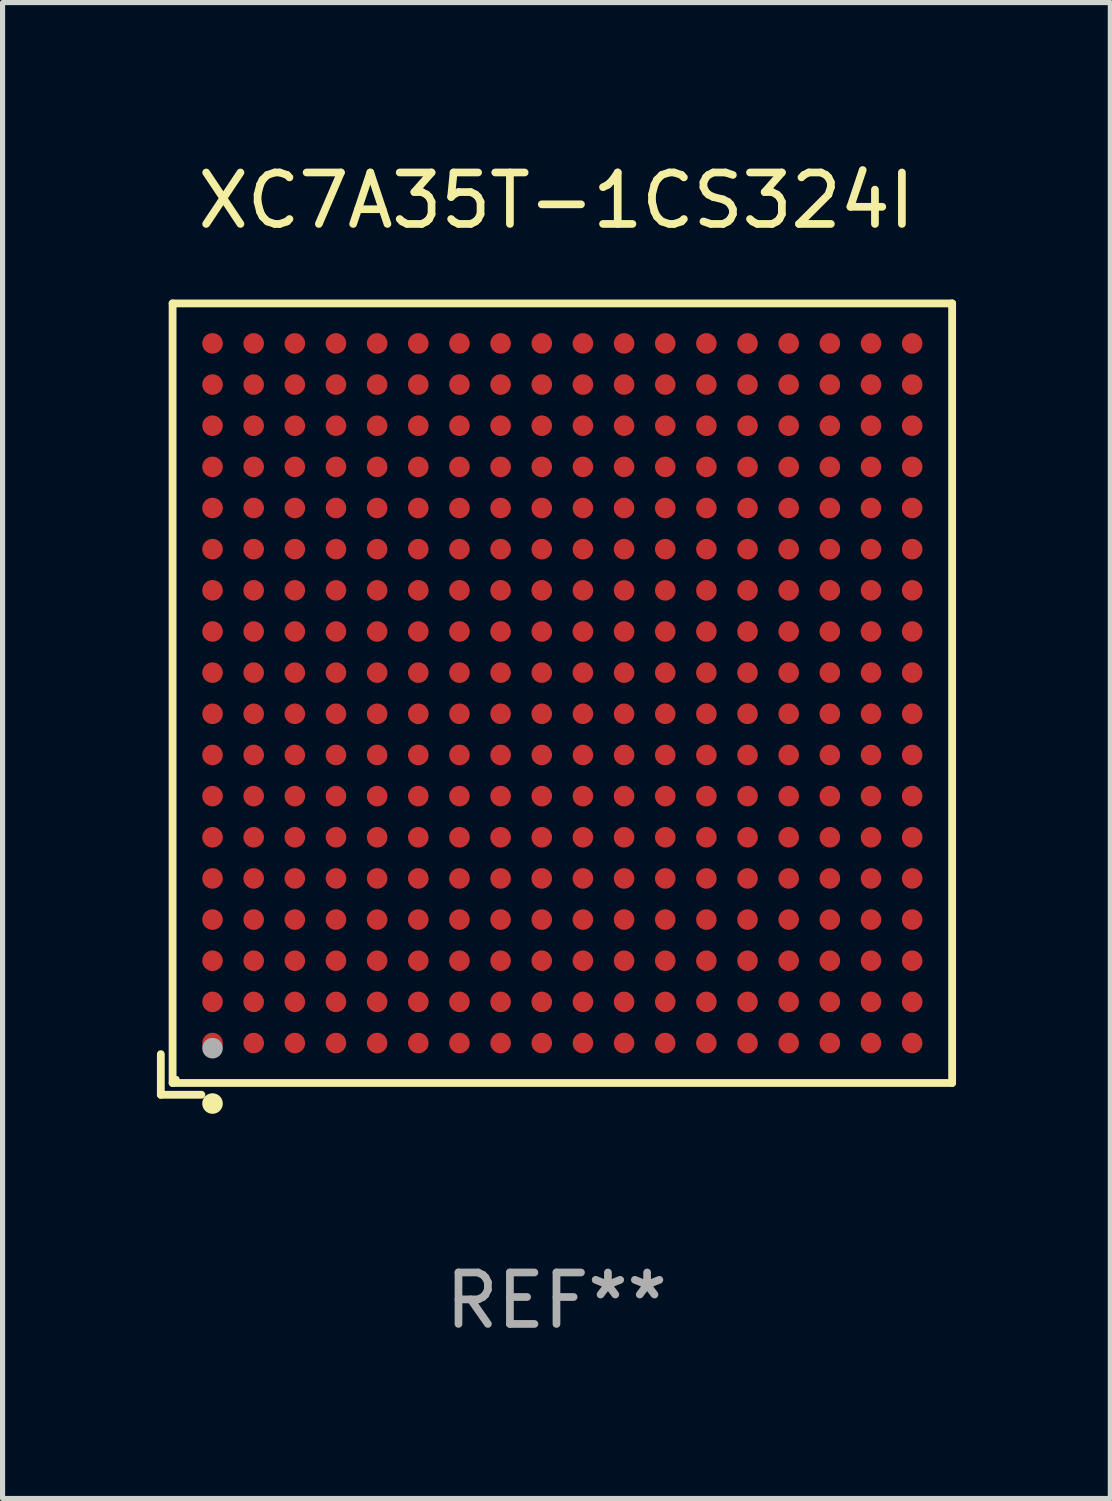
<source format=kicad_pcb>
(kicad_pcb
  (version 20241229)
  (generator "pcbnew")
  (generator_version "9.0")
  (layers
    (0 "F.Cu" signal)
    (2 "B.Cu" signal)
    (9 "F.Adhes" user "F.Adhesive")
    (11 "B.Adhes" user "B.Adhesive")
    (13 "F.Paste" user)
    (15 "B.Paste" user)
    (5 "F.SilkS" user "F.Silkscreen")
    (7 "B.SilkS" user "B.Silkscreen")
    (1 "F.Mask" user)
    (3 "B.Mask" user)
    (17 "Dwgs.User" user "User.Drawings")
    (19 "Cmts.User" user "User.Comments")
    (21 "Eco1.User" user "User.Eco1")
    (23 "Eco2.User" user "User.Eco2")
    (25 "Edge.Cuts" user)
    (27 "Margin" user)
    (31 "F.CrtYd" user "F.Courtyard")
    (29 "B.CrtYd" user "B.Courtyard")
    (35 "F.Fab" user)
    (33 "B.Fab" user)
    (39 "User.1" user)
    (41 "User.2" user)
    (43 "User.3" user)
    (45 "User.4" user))
  (footprint "XC7A35T-1CS324I"
    (layer "F.Cu")
    (at 7.767 10.539)
    (property "Reference" "XC7A35T-1CS324I" (at 0 -9.691 0) (layer "F.SilkS") (effects (font (size 1 1) (thickness 0.15))))
    (attr through_hole)
    (fp_line (start -7.691 6.902) (end -7.691 7.691) (stroke (width 0.152) (type solid)) (layer "F.SilkS"))
    (fp_line (start -7.691 7.691) (end -6.902 7.691) (stroke (width 0.152) (type solid)) (layer "F.SilkS"))
    (fp_line (start -7.462 -7.691) (end 7.691 -7.691) (stroke (width 0.152) (type solid)) (layer "F.SilkS"))
    (fp_line (start -7.462 7.462) (end -7.462 -7.691) (stroke (width 0.152) (type solid)) (layer "F.SilkS"))
    (fp_line (start 7.691 -7.691) (end 7.691 7.462) (stroke (width 0.152) (type solid)) (layer "F.SilkS"))
    (fp_line (start 7.691 7.462) (end -7.462 7.462) (stroke (width 0.152) (type solid)) (layer "F.SilkS"))
    (fp_circle (center -7.386 7.386) (end -7.356 7.386) (stroke (width 0.06) (type solid)) (fill no) (layer "F.SilkS"))
    (fp_circle (center -6.686 7.862) (end -6.586 7.862) (stroke (width 0.2) (type solid)) (fill no) (layer "F.SilkS"))
    (fp_circle (center -6.686 6.786) (end -6.586 6.786) (stroke (width 0.2) (type solid)) (fill no) (layer "F.Fab"))
    (fp_text user "REF**" (at 0 11.691 0) (layer "F.Fab") (effects (font (size 1 1) (thickness 0.15))))
    (pad "A1" smd circle (at -6.686 6.686) (size 0.4 0.4) (layers "F.Cu" "F.Mask" "F.Paste"))
    (pad "A2" smd circle (at -6.686 5.886) (size 0.4 0.4) (layers "F.Cu" "F.Mask" "F.Paste"))
    (pad "A3" smd circle (at -6.686 5.086) (size 0.4 0.4) (layers "F.Cu" "F.Mask" "F.Paste"))
    (pad "A4" smd circle (at -6.686 4.286) (size 0.4 0.4) (layers "F.Cu" "F.Mask" "F.Paste"))
    (pad "A5" smd circle (at -6.686 3.486) (size 0.4 0.4) (layers "F.Cu" "F.Mask" "F.Paste"))
    (pad "A6" smd circle (at -6.686 2.686) (size 0.4 0.4) (layers "F.Cu" "F.Mask" "F.Paste"))
    (pad "A7" smd circle (at -6.686 1.886) (size 0.4 0.4) (layers "F.Cu" "F.Mask" "F.Paste"))
    (pad "A8" smd circle (at -6.686 1.086) (size 0.4 0.4) (layers "F.Cu" "F.Mask" "F.Paste"))
    (pad "A9" smd circle (at -6.686 0.286) (size 0.4 0.4) (layers "F.Cu" "F.Mask" "F.Paste"))
    (pad "A10" smd circle (at -6.686 -0.514) (size 0.4 0.4) (layers "F.Cu" "F.Mask" "F.Paste"))
    (pad "A11" smd circle (at -6.686 -1.314) (size 0.4 0.4) (layers "F.Cu" "F.Mask" "F.Paste"))
    (pad "A12" smd circle (at -6.686 -2.114) (size 0.4 0.4) (layers "F.Cu" "F.Mask" "F.Paste"))
    (pad "A13" smd circle (at -6.686 -2.914) (size 0.4 0.4) (layers "F.Cu" "F.Mask" "F.Paste"))
    (pad "A14" smd circle (at -6.686 -3.714) (size 0.4 0.4) (layers "F.Cu" "F.Mask" "F.Paste"))
    (pad "A15" smd circle (at -6.686 -4.514) (size 0.4 0.4) (layers "F.Cu" "F.Mask" "F.Paste"))
    (pad "A16" smd circle (at -6.686 -5.314) (size 0.4 0.4) (layers "F.Cu" "F.Mask" "F.Paste"))
    (pad "A17" smd circle (at -6.686 -6.114) (size 0.4 0.4) (layers "F.Cu" "F.Mask" "F.Paste"))
    (pad "A18" smd circle (at -6.686 -6.914) (size 0.4 0.4) (layers "F.Cu" "F.Mask" "F.Paste"))
    (pad "B1" smd circle (at -5.886 6.686) (size 0.4 0.4) (layers "F.Cu" "F.Mask" "F.Paste"))
    (pad "B2" smd circle (at -5.886 5.886) (size 0.4 0.4) (layers "F.Cu" "F.Mask" "F.Paste"))
    (pad "B3" smd circle (at -5.886 5.086) (size 0.4 0.4) (layers "F.Cu" "F.Mask" "F.Paste"))
    (pad "B4" smd circle (at -5.886 4.286) (size 0.4 0.4) (layers "F.Cu" "F.Mask" "F.Paste"))
    (pad "B5" smd circle (at -5.886 3.486) (size 0.4 0.4) (layers "F.Cu" "F.Mask" "F.Paste"))
    (pad "B6" smd circle (at -5.886 2.686) (size 0.4 0.4) (layers "F.Cu" "F.Mask" "F.Paste"))
    (pad "B7" smd circle (at -5.886 1.886) (size 0.4 0.4) (layers "F.Cu" "F.Mask" "F.Paste"))
    (pad "B8" smd circle (at -5.886 1.086) (size 0.4 0.4) (layers "F.Cu" "F.Mask" "F.Paste"))
    (pad "B9" smd circle (at -5.886 0.286) (size 0.4 0.4) (layers "F.Cu" "F.Mask" "F.Paste"))
    (pad "B10" smd circle (at -5.886 -0.514) (size 0.4 0.4) (layers "F.Cu" "F.Mask" "F.Paste"))
    (pad "B11" smd circle (at -5.886 -1.314) (size 0.4 0.4) (layers "F.Cu" "F.Mask" "F.Paste"))
    (pad "B12" smd circle (at -5.886 -2.114) (size 0.4 0.4) (layers "F.Cu" "F.Mask" "F.Paste"))
    (pad "B13" smd circle (at -5.886 -2.914) (size 0.4 0.4) (layers "F.Cu" "F.Mask" "F.Paste"))
    (pad "B14" smd circle (at -5.886 -3.714) (size 0.4 0.4) (layers "F.Cu" "F.Mask" "F.Paste"))
    (pad "B15" smd circle (at -5.886 -4.514) (size 0.4 0.4) (layers "F.Cu" "F.Mask" "F.Paste"))
    (pad "B16" smd circle (at -5.886 -5.314) (size 0.4 0.4) (layers "F.Cu" "F.Mask" "F.Paste"))
    (pad "B17" smd circle (at -5.886 -6.114) (size 0.4 0.4) (layers "F.Cu" "F.Mask" "F.Paste"))
    (pad "B18" smd circle (at -5.886 -6.914) (size 0.4 0.4) (layers "F.Cu" "F.Mask" "F.Paste"))
    (pad "C1" smd circle (at -5.086 6.686) (size 0.4 0.4) (layers "F.Cu" "F.Mask" "F.Paste"))
    (pad "C2" smd circle (at -5.086 5.886) (size 0.4 0.4) (layers "F.Cu" "F.Mask" "F.Paste"))
    (pad "C3" smd circle (at -5.086 5.086) (size 0.4 0.4) (layers "F.Cu" "F.Mask" "F.Paste"))
    (pad "C4" smd circle (at -5.086 4.286) (size 0.4 0.4) (layers "F.Cu" "F.Mask" "F.Paste"))
    (pad "C5" smd circle (at -5.086 3.486) (size 0.4 0.4) (layers "F.Cu" "F.Mask" "F.Paste"))
    (pad "C6" smd circle (at -5.086 2.686) (size 0.4 0.4) (layers "F.Cu" "F.Mask" "F.Paste"))
    (pad "C7" smd circle (at -5.086 1.886) (size 0.4 0.4) (layers "F.Cu" "F.Mask" "F.Paste"))
    (pad "C8" smd circle (at -5.086 1.086) (size 0.4 0.4) (layers "F.Cu" "F.Mask" "F.Paste"))
    (pad "C9" smd circle (at -5.086 0.286) (size 0.4 0.4) (layers "F.Cu" "F.Mask" "F.Paste"))
    (pad "C10" smd circle (at -5.086 -0.514) (size 0.4 0.4) (layers "F.Cu" "F.Mask" "F.Paste"))
    (pad "C11" smd circle (at -5.086 -1.314) (size 0.4 0.4) (layers "F.Cu" "F.Mask" "F.Paste"))
    (pad "C12" smd circle (at -5.086 -2.114) (size 0.4 0.4) (layers "F.Cu" "F.Mask" "F.Paste"))
    (pad "C13" smd circle (at -5.086 -2.914) (size 0.4 0.4) (layers "F.Cu" "F.Mask" "F.Paste"))
    (pad "C14" smd circle (at -5.086 -3.714) (size 0.4 0.4) (layers "F.Cu" "F.Mask" "F.Paste"))
    (pad "C15" smd circle (at -5.086 -4.514) (size 0.4 0.4) (layers "F.Cu" "F.Mask" "F.Paste"))
    (pad "C16" smd circle (at -5.086 -5.314) (size 0.4 0.4) (layers "F.Cu" "F.Mask" "F.Paste"))
    (pad "C17" smd circle (at -5.086 -6.114) (size 0.4 0.4) (layers "F.Cu" "F.Mask" "F.Paste"))
    (pad "C18" smd circle (at -5.086 -6.914) (size 0.4 0.4) (layers "F.Cu" "F.Mask" "F.Paste"))
    (pad "D1" smd circle (at -4.286 6.686) (size 0.4 0.4) (layers "F.Cu" "F.Mask" "F.Paste"))
    (pad "D2" smd circle (at -4.286 5.886) (size 0.4 0.4) (layers "F.Cu" "F.Mask" "F.Paste"))
    (pad "D3" smd circle (at -4.286 5.086) (size 0.4 0.4) (layers "F.Cu" "F.Mask" "F.Paste"))
    (pad "D4" smd circle (at -4.286 4.286) (size 0.4 0.4) (layers "F.Cu" "F.Mask" "F.Paste"))
    (pad "D5" smd circle (at -4.286 3.486) (size 0.4 0.4) (layers "F.Cu" "F.Mask" "F.Paste"))
    (pad "D6" smd circle (at -4.286 2.686) (size 0.4 0.4) (layers "F.Cu" "F.Mask" "F.Paste"))
    (pad "D7" smd circle (at -4.286 1.886) (size 0.4 0.4) (layers "F.Cu" "F.Mask" "F.Paste"))
    (pad "D8" smd circle (at -4.286 1.086) (size 0.4 0.4) (layers "F.Cu" "F.Mask" "F.Paste"))
    (pad "D9" smd circle (at -4.286 0.286) (size 0.4 0.4) (layers "F.Cu" "F.Mask" "F.Paste"))
    (pad "D10" smd circle (at -4.286 -0.514) (size 0.4 0.4) (layers "F.Cu" "F.Mask" "F.Paste"))
    (pad "D11" smd circle (at -4.286 -1.314) (size 0.4 0.4) (layers "F.Cu" "F.Mask" "F.Paste"))
    (pad "D12" smd circle (at -4.286 -2.114) (size 0.4 0.4) (layers "F.Cu" "F.Mask" "F.Paste"))
    (pad "D13" smd circle (at -4.286 -2.914) (size 0.4 0.4) (layers "F.Cu" "F.Mask" "F.Paste"))
    (pad "D14" smd circle (at -4.286 -3.714) (size 0.4 0.4) (layers "F.Cu" "F.Mask" "F.Paste"))
    (pad "D15" smd circle (at -4.286 -4.514) (size 0.4 0.4) (layers "F.Cu" "F.Mask" "F.Paste"))
    (pad "D16" smd circle (at -4.286 -5.314) (size 0.4 0.4) (layers "F.Cu" "F.Mask" "F.Paste"))
    (pad "D17" smd circle (at -4.286 -6.114) (size 0.4 0.4) (layers "F.Cu" "F.Mask" "F.Paste"))
    (pad "D18" smd circle (at -4.286 -6.914) (size 0.4 0.4) (layers "F.Cu" "F.Mask" "F.Paste"))
    (pad "E1" smd circle (at -3.486 6.686) (size 0.4 0.4) (layers "F.Cu" "F.Mask" "F.Paste"))
    (pad "E2" smd circle (at -3.486 5.886) (size 0.4 0.4) (layers "F.Cu" "F.Mask" "F.Paste"))
    (pad "E3" smd circle (at -3.486 5.086) (size 0.4 0.4) (layers "F.Cu" "F.Mask" "F.Paste"))
    (pad "E4" smd circle (at -3.486 4.286) (size 0.4 0.4) (layers "F.Cu" "F.Mask" "F.Paste"))
    (pad "E5" smd circle (at -3.486 3.486) (size 0.4 0.4) (layers "F.Cu" "F.Mask" "F.Paste"))
    (pad "E6" smd circle (at -3.486 2.686) (size 0.4 0.4) (layers "F.Cu" "F.Mask" "F.Paste"))
    (pad "E7" smd circle (at -3.486 1.886) (size 0.4 0.4) (layers "F.Cu" "F.Mask" "F.Paste"))
    (pad "E8" smd circle (at -3.486 1.086) (size 0.4 0.4) (layers "F.Cu" "F.Mask" "F.Paste"))
    (pad "E9" smd circle (at -3.486 0.286) (size 0.4 0.4) (layers "F.Cu" "F.Mask" "F.Paste"))
    (pad "E10" smd circle (at -3.486 -0.514) (size 0.4 0.4) (layers "F.Cu" "F.Mask" "F.Paste"))
    (pad "E11" smd circle (at -3.486 -1.314) (size 0.4 0.4) (layers "F.Cu" "F.Mask" "F.Paste"))
    (pad "E12" smd circle (at -3.486 -2.114) (size 0.4 0.4) (layers "F.Cu" "F.Mask" "F.Paste"))
    (pad "E13" smd circle (at -3.486 -2.914) (size 0.4 0.4) (layers "F.Cu" "F.Mask" "F.Paste"))
    (pad "E14" smd circle (at -3.486 -3.714) (size 0.4 0.4) (layers "F.Cu" "F.Mask" "F.Paste"))
    (pad "E15" smd circle (at -3.486 -4.514) (size 0.4 0.4) (layers "F.Cu" "F.Mask" "F.Paste"))
    (pad "E16" smd circle (at -3.486 -5.314) (size 0.4 0.4) (layers "F.Cu" "F.Mask" "F.Paste"))
    (pad "E17" smd circle (at -3.486 -6.114) (size 0.4 0.4) (layers "F.Cu" "F.Mask" "F.Paste"))
    (pad "E18" smd circle (at -3.486 -6.914) (size 0.4 0.4) (layers "F.Cu" "F.Mask" "F.Paste"))
    (pad "F1" smd circle (at -2.686 6.686) (size 0.4 0.4) (layers "F.Cu" "F.Mask" "F.Paste"))
    (pad "F2" smd circle (at -2.686 5.886) (size 0.4 0.4) (layers "F.Cu" "F.Mask" "F.Paste"))
    (pad "F3" smd circle (at -2.686 5.086) (size 0.4 0.4) (layers "F.Cu" "F.Mask" "F.Paste"))
    (pad "F4" smd circle (at -2.686 4.286) (size 0.4 0.4) (layers "F.Cu" "F.Mask" "F.Paste"))
    (pad "F5" smd circle (at -2.686 3.486) (size 0.4 0.4) (layers "F.Cu" "F.Mask" "F.Paste"))
    (pad "F6" smd circle (at -2.686 2.686) (size 0.4 0.4) (layers "F.Cu" "F.Mask" "F.Paste"))
    (pad "F7" smd circle (at -2.686 1.886) (size 0.4 0.4) (layers "F.Cu" "F.Mask" "F.Paste"))
    (pad "F8" smd circle (at -2.686 1.086) (size 0.4 0.4) (layers "F.Cu" "F.Mask" "F.Paste"))
    (pad "F9" smd circle (at -2.686 0.286) (size 0.4 0.4) (layers "F.Cu" "F.Mask" "F.Paste"))
    (pad "F10" smd circle (at -2.686 -0.514) (size 0.4 0.4) (layers "F.Cu" "F.Mask" "F.Paste"))
    (pad "F11" smd circle (at -2.686 -1.314) (size 0.4 0.4) (layers "F.Cu" "F.Mask" "F.Paste"))
    (pad "F12" smd circle (at -2.686 -2.114) (size 0.4 0.4) (layers "F.Cu" "F.Mask" "F.Paste"))
    (pad "F13" smd circle (at -2.686 -2.914) (size 0.4 0.4) (layers "F.Cu" "F.Mask" "F.Paste"))
    (pad "F14" smd circle (at -2.686 -3.714) (size 0.4 0.4) (layers "F.Cu" "F.Mask" "F.Paste"))
    (pad "F15" smd circle (at -2.686 -4.514) (size 0.4 0.4) (layers "F.Cu" "F.Mask" "F.Paste"))
    (pad "F16" smd circle (at -2.686 -5.314) (size 0.4 0.4) (layers "F.Cu" "F.Mask" "F.Paste"))
    (pad "F17" smd circle (at -2.686 -6.114) (size 0.4 0.4) (layers "F.Cu" "F.Mask" "F.Paste"))
    (pad "F18" smd circle (at -2.686 -6.914) (size 0.4 0.4) (layers "F.Cu" "F.Mask" "F.Paste"))
    (pad "G1" smd circle (at -1.886 6.686) (size 0.4 0.4) (layers "F.Cu" "F.Mask" "F.Paste"))
    (pad "G2" smd circle (at -1.886 5.886) (size 0.4 0.4) (layers "F.Cu" "F.Mask" "F.Paste"))
    (pad "G3" smd circle (at -1.886 5.086) (size 0.4 0.4) (layers "F.Cu" "F.Mask" "F.Paste"))
    (pad "G4" smd circle (at -1.886 4.286) (size 0.4 0.4) (layers "F.Cu" "F.Mask" "F.Paste"))
    (pad "G5" smd circle (at -1.886 3.486) (size 0.4 0.4) (layers "F.Cu" "F.Mask" "F.Paste"))
    (pad "G6" smd circle (at -1.886 2.686) (size 0.4 0.4) (layers "F.Cu" "F.Mask" "F.Paste"))
    (pad "G7" smd circle (at -1.886 1.886) (size 0.4 0.4) (layers "F.Cu" "F.Mask" "F.Paste"))
    (pad "G8" smd circle (at -1.886 1.086) (size 0.4 0.4) (layers "F.Cu" "F.Mask" "F.Paste"))
    (pad "G9" smd circle (at -1.886 0.286) (size 0.4 0.4) (layers "F.Cu" "F.Mask" "F.Paste"))
    (pad "G10" smd circle (at -1.886 -0.514) (size 0.4 0.4) (layers "F.Cu" "F.Mask" "F.Paste"))
    (pad "G11" smd circle (at -1.886 -1.314) (size 0.4 0.4) (layers "F.Cu" "F.Mask" "F.Paste"))
    (pad "G12" smd circle (at -1.886 -2.114) (size 0.4 0.4) (layers "F.Cu" "F.Mask" "F.Paste"))
    (pad "G13" smd circle (at -1.886 -2.914) (size 0.4 0.4) (layers "F.Cu" "F.Mask" "F.Paste"))
    (pad "G14" smd circle (at -1.886 -3.714) (size 0.4 0.4) (layers "F.Cu" "F.Mask" "F.Paste"))
    (pad "G15" smd circle (at -1.886 -4.514) (size 0.4 0.4) (layers "F.Cu" "F.Mask" "F.Paste"))
    (pad "G16" smd circle (at -1.886 -5.314) (size 0.4 0.4) (layers "F.Cu" "F.Mask" "F.Paste"))
    (pad "G17" smd circle (at -1.886 -6.114) (size 0.4 0.4) (layers "F.Cu" "F.Mask" "F.Paste"))
    (pad "G18" smd circle (at -1.886 -6.914) (size 0.4 0.4) (layers "F.Cu" "F.Mask" "F.Paste"))
    (pad "H1" smd circle (at -1.086 6.686) (size 0.4 0.4) (layers "F.Cu" "F.Mask" "F.Paste"))
    (pad "H2" smd circle (at -1.086 5.886) (size 0.4 0.4) (layers "F.Cu" "F.Mask" "F.Paste"))
    (pad "H3" smd circle (at -1.086 5.086) (size 0.4 0.4) (layers "F.Cu" "F.Mask" "F.Paste"))
    (pad "H4" smd circle (at -1.086 4.286) (size 0.4 0.4) (layers "F.Cu" "F.Mask" "F.Paste"))
    (pad "H5" smd circle (at -1.086 3.486) (size 0.4 0.4) (layers "F.Cu" "F.Mask" "F.Paste"))
    (pad "H6" smd circle (at -1.086 2.686) (size 0.4 0.4) (layers "F.Cu" "F.Mask" "F.Paste"))
    (pad "H7" smd circle (at -1.086 1.886) (size 0.4 0.4) (layers "F.Cu" "F.Mask" "F.Paste"))
    (pad "H8" smd circle (at -1.086 1.086) (size 0.4 0.4) (layers "F.Cu" "F.Mask" "F.Paste"))
    (pad "H9" smd circle (at -1.086 0.286) (size 0.4 0.4) (layers "F.Cu" "F.Mask" "F.Paste"))
    (pad "H10" smd circle (at -1.086 -0.514) (size 0.4 0.4) (layers "F.Cu" "F.Mask" "F.Paste"))
    (pad "H11" smd circle (at -1.086 -1.314) (size 0.4 0.4) (layers "F.Cu" "F.Mask" "F.Paste"))
    (pad "H12" smd circle (at -1.086 -2.114) (size 0.4 0.4) (layers "F.Cu" "F.Mask" "F.Paste"))
    (pad "H13" smd circle (at -1.086 -2.914) (size 0.4 0.4) (layers "F.Cu" "F.Mask" "F.Paste"))
    (pad "H14" smd circle (at -1.086 -3.714) (size 0.4 0.4) (layers "F.Cu" "F.Mask" "F.Paste"))
    (pad "H15" smd circle (at -1.086 -4.514) (size 0.4 0.4) (layers "F.Cu" "F.Mask" "F.Paste"))
    (pad "H16" smd circle (at -1.086 -5.314) (size 0.4 0.4) (layers "F.Cu" "F.Mask" "F.Paste"))
    (pad "H17" smd circle (at -1.086 -6.114) (size 0.4 0.4) (layers "F.Cu" "F.Mask" "F.Paste"))
    (pad "H18" smd circle (at -1.086 -6.914) (size 0.4 0.4) (layers "F.Cu" "F.Mask" "F.Paste"))
    (pad "J1" smd circle (at -0.286 6.686) (size 0.4 0.4) (layers "F.Cu" "F.Mask" "F.Paste"))
    (pad "J2" smd circle (at -0.286 5.886) (size 0.4 0.4) (layers "F.Cu" "F.Mask" "F.Paste"))
    (pad "J3" smd circle (at -0.286 5.086) (size 0.4 0.4) (layers "F.Cu" "F.Mask" "F.Paste"))
    (pad "J4" smd circle (at -0.286 4.286) (size 0.4 0.4) (layers "F.Cu" "F.Mask" "F.Paste"))
    (pad "J5" smd circle (at -0.286 3.486) (size 0.4 0.4) (layers "F.Cu" "F.Mask" "F.Paste"))
    (pad "J6" smd circle (at -0.286 2.686) (size 0.4 0.4) (layers "F.Cu" "F.Mask" "F.Paste"))
    (pad "J7" smd circle (at -0.286 1.886) (size 0.4 0.4) (layers "F.Cu" "F.Mask" "F.Paste"))
    (pad "J8" smd circle (at -0.286 1.086) (size 0.4 0.4) (layers "F.Cu" "F.Mask" "F.Paste"))
    (pad "J9" smd circle (at -0.286 0.286) (size 0.4 0.4) (layers "F.Cu" "F.Mask" "F.Paste"))
    (pad "J10" smd circle (at -0.286 -0.514) (size 0.4 0.4) (layers "F.Cu" "F.Mask" "F.Paste"))
    (pad "J11" smd circle (at -0.286 -1.314) (size 0.4 0.4) (layers "F.Cu" "F.Mask" "F.Paste"))
    (pad "J12" smd circle (at -0.286 -2.114) (size 0.4 0.4) (layers "F.Cu" "F.Mask" "F.Paste"))
    (pad "J13" smd circle (at -0.286 -2.914) (size 0.4 0.4) (layers "F.Cu" "F.Mask" "F.Paste"))
    (pad "J14" smd circle (at -0.286 -3.714) (size 0.4 0.4) (layers "F.Cu" "F.Mask" "F.Paste"))
    (pad "J15" smd circle (at -0.286 -4.514) (size 0.4 0.4) (layers "F.Cu" "F.Mask" "F.Paste"))
    (pad "J16" smd circle (at -0.286 -5.314) (size 0.4 0.4) (layers "F.Cu" "F.Mask" "F.Paste"))
    (pad "J17" smd circle (at -0.286 -6.114) (size 0.4 0.4) (layers "F.Cu" "F.Mask" "F.Paste"))
    (pad "J18" smd circle (at -0.286 -6.914) (size 0.4 0.4) (layers "F.Cu" "F.Mask" "F.Paste"))
    (pad "K1" smd circle (at 0.514 6.686) (size 0.4 0.4) (layers "F.Cu" "F.Mask" "F.Paste"))
    (pad "K2" smd circle (at 0.514 5.886) (size 0.4 0.4) (layers "F.Cu" "F.Mask" "F.Paste"))
    (pad "K3" smd circle (at 0.514 5.086) (size 0.4 0.4) (layers "F.Cu" "F.Mask" "F.Paste"))
    (pad "K4" smd circle (at 0.514 4.286) (size 0.4 0.4) (layers "F.Cu" "F.Mask" "F.Paste"))
    (pad "K5" smd circle (at 0.514 3.486) (size 0.4 0.4) (layers "F.Cu" "F.Mask" "F.Paste"))
    (pad "K6" smd circle (at 0.514 2.686) (size 0.4 0.4) (layers "F.Cu" "F.Mask" "F.Paste"))
    (pad "K7" smd circle (at 0.514 1.886) (size 0.4 0.4) (layers "F.Cu" "F.Mask" "F.Paste"))
    (pad "K8" smd circle (at 0.514 1.086) (size 0.4 0.4) (layers "F.Cu" "F.Mask" "F.Paste"))
    (pad "K9" smd circle (at 0.514 0.286) (size 0.4 0.4) (layers "F.Cu" "F.Mask" "F.Paste"))
    (pad "K10" smd circle (at 0.514 -0.514) (size 0.4 0.4) (layers "F.Cu" "F.Mask" "F.Paste"))
    (pad "K11" smd circle (at 0.514 -1.314) (size 0.4 0.4) (layers "F.Cu" "F.Mask" "F.Paste"))
    (pad "K12" smd circle (at 0.514 -2.114) (size 0.4 0.4) (layers "F.Cu" "F.Mask" "F.Paste"))
    (pad "K13" smd circle (at 0.514 -2.914) (size 0.4 0.4) (layers "F.Cu" "F.Mask" "F.Paste"))
    (pad "K14" smd circle (at 0.514 -3.714) (size 0.4 0.4) (layers "F.Cu" "F.Mask" "F.Paste"))
    (pad "K15" smd circle (at 0.514 -4.514) (size 0.4 0.4) (layers "F.Cu" "F.Mask" "F.Paste"))
    (pad "K16" smd circle (at 0.514 -5.314) (size 0.4 0.4) (layers "F.Cu" "F.Mask" "F.Paste"))
    (pad "K17" smd circle (at 0.514 -6.114) (size 0.4 0.4) (layers "F.Cu" "F.Mask" "F.Paste"))
    (pad "K18" smd circle (at 0.514 -6.914) (size 0.4 0.4) (layers "F.Cu" "F.Mask" "F.Paste"))
    (pad "L1" smd circle (at 1.314 6.686) (size 0.4 0.4) (layers "F.Cu" "F.Mask" "F.Paste"))
    (pad "L2" smd circle (at 1.314 5.886) (size 0.4 0.4) (layers "F.Cu" "F.Mask" "F.Paste"))
    (pad "L3" smd circle (at 1.314 5.086) (size 0.4 0.4) (layers "F.Cu" "F.Mask" "F.Paste"))
    (pad "L4" smd circle (at 1.314 4.286) (size 0.4 0.4) (layers "F.Cu" "F.Mask" "F.Paste"))
    (pad "L5" smd circle (at 1.314 3.486) (size 0.4 0.4) (layers "F.Cu" "F.Mask" "F.Paste"))
    (pad "L6" smd circle (at 1.314 2.686) (size 0.4 0.4) (layers "F.Cu" "F.Mask" "F.Paste"))
    (pad "L7" smd circle (at 1.314 1.886) (size 0.4 0.4) (layers "F.Cu" "F.Mask" "F.Paste"))
    (pad "L8" smd circle (at 1.314 1.086) (size 0.4 0.4) (layers "F.Cu" "F.Mask" "F.Paste"))
    (pad "L9" smd circle (at 1.314 0.286) (size 0.4 0.4) (layers "F.Cu" "F.Mask" "F.Paste"))
    (pad "L10" smd circle (at 1.314 -0.514) (size 0.4 0.4) (layers "F.Cu" "F.Mask" "F.Paste"))
    (pad "L11" smd circle (at 1.314 -1.314) (size 0.4 0.4) (layers "F.Cu" "F.Mask" "F.Paste"))
    (pad "L12" smd circle (at 1.314 -2.114) (size 0.4 0.4) (layers "F.Cu" "F.Mask" "F.Paste"))
    (pad "L13" smd circle (at 1.314 -2.914) (size 0.4 0.4) (layers "F.Cu" "F.Mask" "F.Paste"))
    (pad "L14" smd circle (at 1.314 -3.714) (size 0.4 0.4) (layers "F.Cu" "F.Mask" "F.Paste"))
    (pad "L15" smd circle (at 1.314 -4.514) (size 0.4 0.4) (layers "F.Cu" "F.Mask" "F.Paste"))
    (pad "L16" smd circle (at 1.314 -5.314) (size 0.4 0.4) (layers "F.Cu" "F.Mask" "F.Paste"))
    (pad "L17" smd circle (at 1.314 -6.114) (size 0.4 0.4) (layers "F.Cu" "F.Mask" "F.Paste"))
    (pad "L18" smd circle (at 1.314 -6.914) (size 0.4 0.4) (layers "F.Cu" "F.Mask" "F.Paste"))
    (pad "M1" smd circle (at 2.114 6.686) (size 0.4 0.4) (layers "F.Cu" "F.Mask" "F.Paste"))
    (pad "M2" smd circle (at 2.114 5.886) (size 0.4 0.4) (layers "F.Cu" "F.Mask" "F.Paste"))
    (pad "M3" smd circle (at 2.114 5.086) (size 0.4 0.4) (layers "F.Cu" "F.Mask" "F.Paste"))
    (pad "M4" smd circle (at 2.114 4.286) (size 0.4 0.4) (layers "F.Cu" "F.Mask" "F.Paste"))
    (pad "M5" smd circle (at 2.114 3.486) (size 0.4 0.4) (layers "F.Cu" "F.Mask" "F.Paste"))
    (pad "M6" smd circle (at 2.114 2.686) (size 0.4 0.4) (layers "F.Cu" "F.Mask" "F.Paste"))
    (pad "M7" smd circle (at 2.114 1.886) (size 0.4 0.4) (layers "F.Cu" "F.Mask" "F.Paste"))
    (pad "M8" smd circle (at 2.114 1.086) (size 0.4 0.4) (layers "F.Cu" "F.Mask" "F.Paste"))
    (pad "M9" smd circle (at 2.114 0.286) (size 0.4 0.4) (layers "F.Cu" "F.Mask" "F.Paste"))
    (pad "M10" smd circle (at 2.114 -0.514) (size 0.4 0.4) (layers "F.Cu" "F.Mask" "F.Paste"))
    (pad "M11" smd circle (at 2.114 -1.314) (size 0.4 0.4) (layers "F.Cu" "F.Mask" "F.Paste"))
    (pad "M12" smd circle (at 2.114 -2.114) (size 0.4 0.4) (layers "F.Cu" "F.Mask" "F.Paste"))
    (pad "M13" smd circle (at 2.114 -2.914) (size 0.4 0.4) (layers "F.Cu" "F.Mask" "F.Paste"))
    (pad "M14" smd circle (at 2.114 -3.714) (size 0.4 0.4) (layers "F.Cu" "F.Mask" "F.Paste"))
    (pad "M15" smd circle (at 2.114 -4.514) (size 0.4 0.4) (layers "F.Cu" "F.Mask" "F.Paste"))
    (pad "M16" smd circle (at 2.114 -5.314) (size 0.4 0.4) (layers "F.Cu" "F.Mask" "F.Paste"))
    (pad "M17" smd circle (at 2.114 -6.114) (size 0.4 0.4) (layers "F.Cu" "F.Mask" "F.Paste"))
    (pad "M18" smd circle (at 2.114 -6.914) (size 0.4 0.4) (layers "F.Cu" "F.Mask" "F.Paste"))
    (pad "N1" smd circle (at 2.914 6.686) (size 0.4 0.4) (layers "F.Cu" "F.Mask" "F.Paste"))
    (pad "N2" smd circle (at 2.914 5.886) (size 0.4 0.4) (layers "F.Cu" "F.Mask" "F.Paste"))
    (pad "N3" smd circle (at 2.914 5.086) (size 0.4 0.4) (layers "F.Cu" "F.Mask" "F.Paste"))
    (pad "N4" smd circle (at 2.914 4.286) (size 0.4 0.4) (layers "F.Cu" "F.Mask" "F.Paste"))
    (pad "N5" smd circle (at 2.914 3.486) (size 0.4 0.4) (layers "F.Cu" "F.Mask" "F.Paste"))
    (pad "N6" smd circle (at 2.914 2.686) (size 0.4 0.4) (layers "F.Cu" "F.Mask" "F.Paste"))
    (pad "N7" smd circle (at 2.914 1.886) (size 0.4 0.4) (layers "F.Cu" "F.Mask" "F.Paste"))
    (pad "N8" smd circle (at 2.914 1.086) (size 0.4 0.4) (layers "F.Cu" "F.Mask" "F.Paste"))
    (pad "N9" smd circle (at 2.914 0.286) (size 0.4 0.4) (layers "F.Cu" "F.Mask" "F.Paste"))
    (pad "N10" smd circle (at 2.914 -0.514) (size 0.4 0.4) (layers "F.Cu" "F.Mask" "F.Paste"))
    (pad "N11" smd circle (at 2.914 -1.314) (size 0.4 0.4) (layers "F.Cu" "F.Mask" "F.Paste"))
    (pad "N12" smd circle (at 2.914 -2.114) (size 0.4 0.4) (layers "F.Cu" "F.Mask" "F.Paste"))
    (pad "N13" smd circle (at 2.914 -2.914) (size 0.4 0.4) (layers "F.Cu" "F.Mask" "F.Paste"))
    (pad "N14" smd circle (at 2.914 -3.714) (size 0.4 0.4) (layers "F.Cu" "F.Mask" "F.Paste"))
    (pad "N15" smd circle (at 2.914 -4.514) (size 0.4 0.4) (layers "F.Cu" "F.Mask" "F.Paste"))
    (pad "N16" smd circle (at 2.914 -5.314) (size 0.4 0.4) (layers "F.Cu" "F.Mask" "F.Paste"))
    (pad "N17" smd circle (at 2.914 -6.114) (size 0.4 0.4) (layers "F.Cu" "F.Mask" "F.Paste"))
    (pad "N18" smd circle (at 2.914 -6.914) (size 0.4 0.4) (layers "F.Cu" "F.Mask" "F.Paste"))
    (pad "P1" smd circle (at 3.714 6.686) (size 0.4 0.4) (layers "F.Cu" "F.Mask" "F.Paste"))
    (pad "P2" smd circle (at 3.714 5.886) (size 0.4 0.4) (layers "F.Cu" "F.Mask" "F.Paste"))
    (pad "P3" smd circle (at 3.714 5.086) (size 0.4 0.4) (layers "F.Cu" "F.Mask" "F.Paste"))
    (pad "P4" smd circle (at 3.714 4.286) (size 0.4 0.4) (layers "F.Cu" "F.Mask" "F.Paste"))
    (pad "P5" smd circle (at 3.714 3.486) (size 0.4 0.4) (layers "F.Cu" "F.Mask" "F.Paste"))
    (pad "P6" smd circle (at 3.714 2.686) (size 0.4 0.4) (layers "F.Cu" "F.Mask" "F.Paste"))
    (pad "P7" smd circle (at 3.714 1.886) (size 0.4 0.4) (layers "F.Cu" "F.Mask" "F.Paste"))
    (pad "P8" smd circle (at 3.714 1.086) (size 0.4 0.4) (layers "F.Cu" "F.Mask" "F.Paste"))
    (pad "P9" smd circle (at 3.714 0.286) (size 0.4 0.4) (layers "F.Cu" "F.Mask" "F.Paste"))
    (pad "P10" smd circle (at 3.714 -0.514) (size 0.4 0.4) (layers "F.Cu" "F.Mask" "F.Paste"))
    (pad "P11" smd circle (at 3.714 -1.314) (size 0.4 0.4) (layers "F.Cu" "F.Mask" "F.Paste"))
    (pad "P12" smd circle (at 3.714 -2.114) (size 0.4 0.4) (layers "F.Cu" "F.Mask" "F.Paste"))
    (pad "P13" smd circle (at 3.714 -2.914) (size 0.4 0.4) (layers "F.Cu" "F.Mask" "F.Paste"))
    (pad "P14" smd circle (at 3.714 -3.714) (size 0.4 0.4) (layers "F.Cu" "F.Mask" "F.Paste"))
    (pad "P15" smd circle (at 3.714 -4.514) (size 0.4 0.4) (layers "F.Cu" "F.Mask" "F.Paste"))
    (pad "P16" smd circle (at 3.714 -5.314) (size 0.4 0.4) (layers "F.Cu" "F.Mask" "F.Paste"))
    (pad "P17" smd circle (at 3.714 -6.114) (size 0.4 0.4) (layers "F.Cu" "F.Mask" "F.Paste"))
    (pad "P18" smd circle (at 3.714 -6.914) (size 0.4 0.4) (layers "F.Cu" "F.Mask" "F.Paste"))
    (pad "R1" smd circle (at 4.514 6.686) (size 0.4 0.4) (layers "F.Cu" "F.Mask" "F.Paste"))
    (pad "R2" smd circle (at 4.514 5.886) (size 0.4 0.4) (layers "F.Cu" "F.Mask" "F.Paste"))
    (pad "R3" smd circle (at 4.514 5.086) (size 0.4 0.4) (layers "F.Cu" "F.Mask" "F.Paste"))
    (pad "R4" smd circle (at 4.514 4.286) (size 0.4 0.4) (layers "F.Cu" "F.Mask" "F.Paste"))
    (pad "R5" smd circle (at 4.514 3.486) (size 0.4 0.4) (layers "F.Cu" "F.Mask" "F.Paste"))
    (pad "R6" smd circle (at 4.514 2.686) (size 0.4 0.4) (layers "F.Cu" "F.Mask" "F.Paste"))
    (pad "R7" smd circle (at 4.514 1.886) (size 0.4 0.4) (layers "F.Cu" "F.Mask" "F.Paste"))
    (pad "R8" smd circle (at 4.514 1.086) (size 0.4 0.4) (layers "F.Cu" "F.Mask" "F.Paste"))
    (pad "R9" smd circle (at 4.514 0.286) (size 0.4 0.4) (layers "F.Cu" "F.Mask" "F.Paste"))
    (pad "R10" smd circle (at 4.514 -0.514) (size 0.4 0.4) (layers "F.Cu" "F.Mask" "F.Paste"))
    (pad "R11" smd circle (at 4.514 -1.314) (size 0.4 0.4) (layers "F.Cu" "F.Mask" "F.Paste"))
    (pad "R12" smd circle (at 4.514 -2.114) (size 0.4 0.4) (layers "F.Cu" "F.Mask" "F.Paste"))
    (pad "R13" smd circle (at 4.514 -2.914) (size 0.4 0.4) (layers "F.Cu" "F.Mask" "F.Paste"))
    (pad "R14" smd circle (at 4.514 -3.714) (size 0.4 0.4) (layers "F.Cu" "F.Mask" "F.Paste"))
    (pad "R15" smd circle (at 4.514 -4.514) (size 0.4 0.4) (layers "F.Cu" "F.Mask" "F.Paste"))
    (pad "R16" smd circle (at 4.514 -5.314) (size 0.4 0.4) (layers "F.Cu" "F.Mask" "F.Paste"))
    (pad "R17" smd circle (at 4.514 -6.114) (size 0.4 0.4) (layers "F.Cu" "F.Mask" "F.Paste"))
    (pad "R18" smd circle (at 4.514 -6.914) (size 0.4 0.4) (layers "F.Cu" "F.Mask" "F.Paste"))
    (pad "T1" smd circle (at 5.314 6.686) (size 0.4 0.4) (layers "F.Cu" "F.Mask" "F.Paste"))
    (pad "T2" smd circle (at 5.314 5.886) (size 0.4 0.4) (layers "F.Cu" "F.Mask" "F.Paste"))
    (pad "T3" smd circle (at 5.314 5.086) (size 0.4 0.4) (layers "F.Cu" "F.Mask" "F.Paste"))
    (pad "T4" smd circle (at 5.314 4.286) (size 0.4 0.4) (layers "F.Cu" "F.Mask" "F.Paste"))
    (pad "T5" smd circle (at 5.314 3.486) (size 0.4 0.4) (layers "F.Cu" "F.Mask" "F.Paste"))
    (pad "T6" smd circle (at 5.314 2.686) (size 0.4 0.4) (layers "F.Cu" "F.Mask" "F.Paste"))
    (pad "T7" smd circle (at 5.314 1.886) (size 0.4 0.4) (layers "F.Cu" "F.Mask" "F.Paste"))
    (pad "T8" smd circle (at 5.314 1.086) (size 0.4 0.4) (layers "F.Cu" "F.Mask" "F.Paste"))
    (pad "T9" smd circle (at 5.314 0.286) (size 0.4 0.4) (layers "F.Cu" "F.Mask" "F.Paste"))
    (pad "T10" smd circle (at 5.314 -0.514) (size 0.4 0.4) (layers "F.Cu" "F.Mask" "F.Paste"))
    (pad "T11" smd circle (at 5.314 -1.314) (size 0.4 0.4) (layers "F.Cu" "F.Mask" "F.Paste"))
    (pad "T12" smd circle (at 5.314 -2.114) (size 0.4 0.4) (layers "F.Cu" "F.Mask" "F.Paste"))
    (pad "T13" smd circle (at 5.314 -2.914) (size 0.4 0.4) (layers "F.Cu" "F.Mask" "F.Paste"))
    (pad "T14" smd circle (at 5.314 -3.714) (size 0.4 0.4) (layers "F.Cu" "F.Mask" "F.Paste"))
    (pad "T15" smd circle (at 5.314 -4.514) (size 0.4 0.4) (layers "F.Cu" "F.Mask" "F.Paste"))
    (pad "T16" smd circle (at 5.314 -5.314) (size 0.4 0.4) (layers "F.Cu" "F.Mask" "F.Paste"))
    (pad "T17" smd circle (at 5.314 -6.114) (size 0.4 0.4) (layers "F.Cu" "F.Mask" "F.Paste"))
    (pad "T18" smd circle (at 5.314 -6.914) (size 0.4 0.4) (layers "F.Cu" "F.Mask" "F.Paste"))
    (pad "U1" smd circle (at 6.114 6.686) (size 0.4 0.4) (layers "F.Cu" "F.Mask" "F.Paste"))
    (pad "U2" smd circle (at 6.114 5.886) (size 0.4 0.4) (layers "F.Cu" "F.Mask" "F.Paste"))
    (pad "U3" smd circle (at 6.114 5.086) (size 0.4 0.4) (layers "F.Cu" "F.Mask" "F.Paste"))
    (pad "U4" smd circle (at 6.114 4.286) (size 0.4 0.4) (layers "F.Cu" "F.Mask" "F.Paste"))
    (pad "U5" smd circle (at 6.114 3.486) (size 0.4 0.4) (layers "F.Cu" "F.Mask" "F.Paste"))
    (pad "U6" smd circle (at 6.114 2.686) (size 0.4 0.4) (layers "F.Cu" "F.Mask" "F.Paste"))
    (pad "U7" smd circle (at 6.114 1.886) (size 0.4 0.4) (layers "F.Cu" "F.Mask" "F.Paste"))
    (pad "U8" smd circle (at 6.114 1.086) (size 0.4 0.4) (layers "F.Cu" "F.Mask" "F.Paste"))
    (pad "U9" smd circle (at 6.114 0.286) (size 0.4 0.4) (layers "F.Cu" "F.Mask" "F.Paste"))
    (pad "U10" smd circle (at 6.114 -0.514) (size 0.4 0.4) (layers "F.Cu" "F.Mask" "F.Paste"))
    (pad "U11" smd circle (at 6.114 -1.314) (size 0.4 0.4) (layers "F.Cu" "F.Mask" "F.Paste"))
    (pad "U12" smd circle (at 6.114 -2.114) (size 0.4 0.4) (layers "F.Cu" "F.Mask" "F.Paste"))
    (pad "U13" smd circle (at 6.114 -2.914) (size 0.4 0.4) (layers "F.Cu" "F.Mask" "F.Paste"))
    (pad "U14" smd circle (at 6.114 -3.714) (size 0.4 0.4) (layers "F.Cu" "F.Mask" "F.Paste"))
    (pad "U15" smd circle (at 6.114 -4.514) (size 0.4 0.4) (layers "F.Cu" "F.Mask" "F.Paste"))
    (pad "U16" smd circle (at 6.114 -5.314) (size 0.4 0.4) (layers "F.Cu" "F.Mask" "F.Paste"))
    (pad "U17" smd circle (at 6.114 -6.114) (size 0.4 0.4) (layers "F.Cu" "F.Mask" "F.Paste"))
    (pad "U18" smd circle (at 6.114 -6.914) (size 0.4 0.4) (layers "F.Cu" "F.Mask" "F.Paste"))
    (pad "V1" smd circle (at 6.914 6.686) (size 0.4 0.4) (layers "F.Cu" "F.Mask" "F.Paste"))
    (pad "V2" smd circle (at 6.914 5.886) (size 0.4 0.4) (layers "F.Cu" "F.Mask" "F.Paste"))
    (pad "V3" smd circle (at 6.914 5.086) (size 0.4 0.4) (layers "F.Cu" "F.Mask" "F.Paste"))
    (pad "V4" smd circle (at 6.914 4.286) (size 0.4 0.4) (layers "F.Cu" "F.Mask" "F.Paste"))
    (pad "V5" smd circle (at 6.914 3.486) (size 0.4 0.4) (layers "F.Cu" "F.Mask" "F.Paste"))
    (pad "V6" smd circle (at 6.914 2.686) (size 0.4 0.4) (layers "F.Cu" "F.Mask" "F.Paste"))
    (pad "V7" smd circle (at 6.914 1.886) (size 0.4 0.4) (layers "F.Cu" "F.Mask" "F.Paste"))
    (pad "V8" smd circle (at 6.914 1.086) (size 0.4 0.4) (layers "F.Cu" "F.Mask" "F.Paste"))
    (pad "V9" smd circle (at 6.914 0.286) (size 0.4 0.4) (layers "F.Cu" "F.Mask" "F.Paste"))
    (pad "V10" smd circle (at 6.914 -0.514) (size 0.4 0.4) (layers "F.Cu" "F.Mask" "F.Paste"))
    (pad "V11" smd circle (at 6.914 -1.314) (size 0.4 0.4) (layers "F.Cu" "F.Mask" "F.Paste"))
    (pad "V12" smd circle (at 6.914 -2.114) (size 0.4 0.4) (layers "F.Cu" "F.Mask" "F.Paste"))
    (pad "V13" smd circle (at 6.914 -2.914) (size 0.4 0.4) (layers "F.Cu" "F.Mask" "F.Paste"))
    (pad "V14" smd circle (at 6.914 -3.714) (size 0.4 0.4) (layers "F.Cu" "F.Mask" "F.Paste"))
    (pad "V15" smd circle (at 6.914 -4.514) (size 0.4 0.4) (layers "F.Cu" "F.Mask" "F.Paste"))
    (pad "V16" smd circle (at 6.914 -5.314) (size 0.4 0.4) (layers "F.Cu" "F.Mask" "F.Paste"))
    (pad "V17" smd circle (at 6.914 -6.114) (size 0.4 0.4) (layers "F.Cu" "F.Mask" "F.Paste"))
    (pad "V18" smd circle (at 6.914 -6.914) (size 0.4 0.4) (layers "F.Cu" "F.Mask" "F.Paste")))
  (gr_rect
    (start -3 -3)
    (end 18.533 26.078)
    (stroke (width 0.1) (type default))
    (fill no)
    (layer "Edge.Cuts")))
</source>
